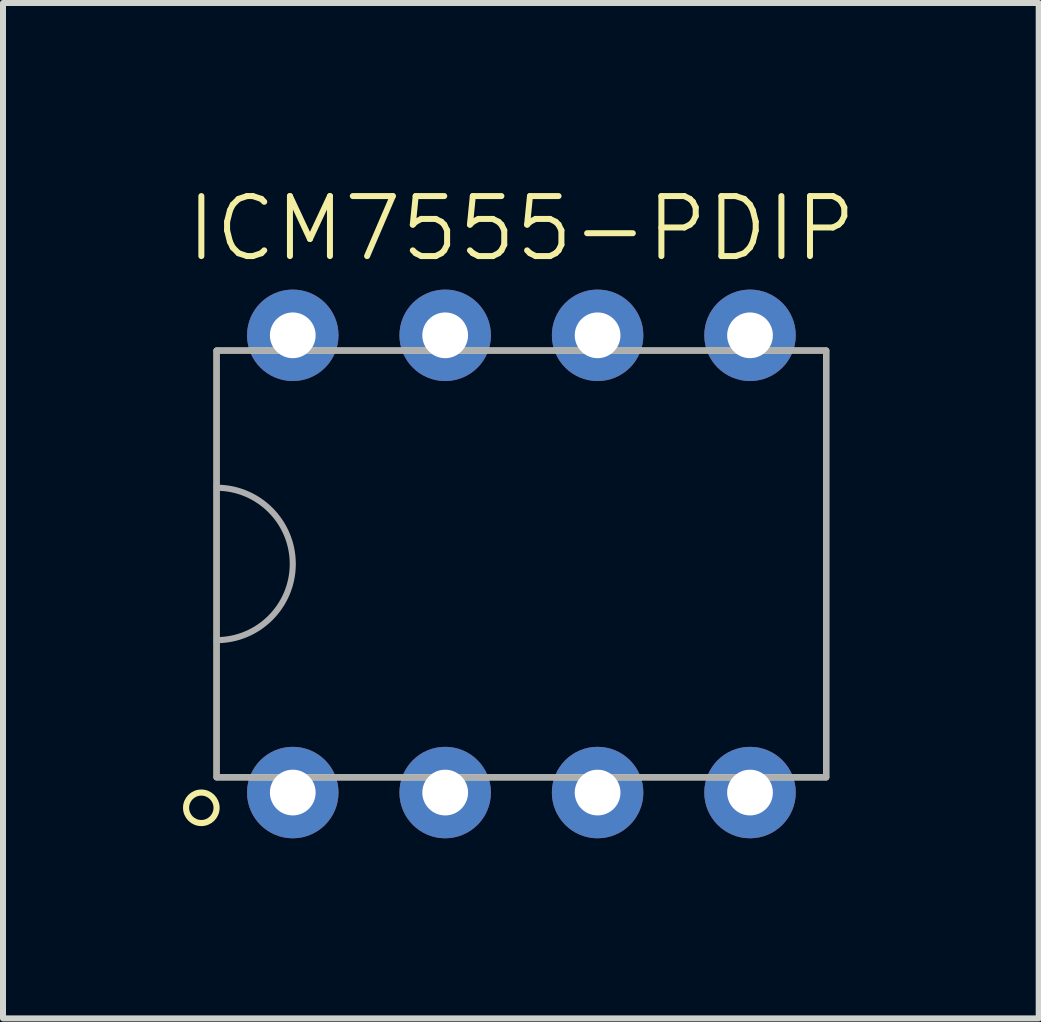
<source format=kicad_pcb>
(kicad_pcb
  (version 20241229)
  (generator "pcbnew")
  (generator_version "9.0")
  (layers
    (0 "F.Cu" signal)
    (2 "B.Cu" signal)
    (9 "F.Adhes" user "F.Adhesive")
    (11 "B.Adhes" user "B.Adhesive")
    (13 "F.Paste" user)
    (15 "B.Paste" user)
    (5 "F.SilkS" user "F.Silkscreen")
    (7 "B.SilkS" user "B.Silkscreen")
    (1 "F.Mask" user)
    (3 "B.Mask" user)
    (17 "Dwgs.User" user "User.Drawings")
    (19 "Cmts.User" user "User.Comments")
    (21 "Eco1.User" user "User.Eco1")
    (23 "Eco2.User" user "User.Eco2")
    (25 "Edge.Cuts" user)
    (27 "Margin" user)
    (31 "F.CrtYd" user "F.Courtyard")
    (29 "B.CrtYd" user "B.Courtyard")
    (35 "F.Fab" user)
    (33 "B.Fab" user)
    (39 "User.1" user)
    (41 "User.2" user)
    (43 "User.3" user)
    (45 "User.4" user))
  (footprint "ICM7555-PDIP"
    (layer "F.Cu")
    (at 5.639 6.348)
    (property "Reference" "ICM7555-PDIP" (at 0 -5.588 0) (unlocked yes) (layer "F.SilkS") (effects (font (size 1 1) (thickness 0.1))))
    (attr smd)
    (fp_circle (center -5.334 4.064) (end -5.08 4.064) (stroke (width 0.102) (type solid)) (fill no) (layer "F.SilkS"))
    (fp_poly (pts (xy 5.08 -3.556) (xy 5.08 3.556) (xy -5.08 3.556) (xy -5.08 -3.556)) (stroke (width 0.102) (type solid)) (fill no) (layer "F.SilkS"))
    (fp_line (start -5.08 -3.556) (end 5.08 -3.556) (stroke (width 0.102) (type default)) (layer "F.Fab"))
    (fp_line (start -5.08 3.556) (end -5.08 -3.556) (stroke (width 0.102) (type default)) (layer "F.Fab"))
    (fp_line (start -5.08 3.556) (end 5.08 3.556) (stroke (width 0.102) (type default)) (layer "F.Fab"))
    (fp_line (start 5.08 -3.556) (end 5.08 3.556) (stroke (width 0.102) (type default)) (layer "F.Fab"))
    (fp_arc (start -5.08 -1.27) (mid -3.81 0) (end -5.08 1.27) (stroke (width 0.1016) (type default)) (layer "F.Fab"))
    (pad "1" thru_hole circle (at -3.81 3.81 180) (size 1.524 1.524) (drill 0.762) (layers "*.Cu" "*.Mask"))
    (pad "2" thru_hole circle (at -1.27 3.81 180) (size 1.524 1.524) (drill 0.762) (layers "*.Cu" "*.Mask"))
    (pad "3" thru_hole circle (at 1.27 3.81 180) (size 1.524 1.524) (drill 0.762) (layers "*.Cu" "*.Mask"))
    (pad "4" thru_hole circle (at 3.81 3.81 180) (size 1.524 1.524) (drill 0.762) (layers "*.Cu" "*.Mask"))
    (pad "5" thru_hole circle (at 3.81 -3.81 180) (size 1.524 1.524) (drill 0.762) (layers "*.Cu" "*.Mask"))
    (pad "6" thru_hole circle (at 1.27 -3.81 180) (size 1.524 1.524) (drill 0.762) (layers "*.Cu" "*.Mask"))
    (pad "7" thru_hole circle (at -1.27 -3.81 180) (size 1.524 1.524) (drill 0.762) (layers "*.Cu" "*.Mask"))
    (pad "8" thru_hole circle (at -3.81 -3.81 180) (size 1.524 1.524) (drill 0.762) (layers "*.Cu" "*.Mask")))
  (gr_rect
    (start -3 -3)
    (end 14.26 13.921)
    (stroke (width 0.1) (type default))
    (fill no)
    (layer "Edge.Cuts")))
</source>
